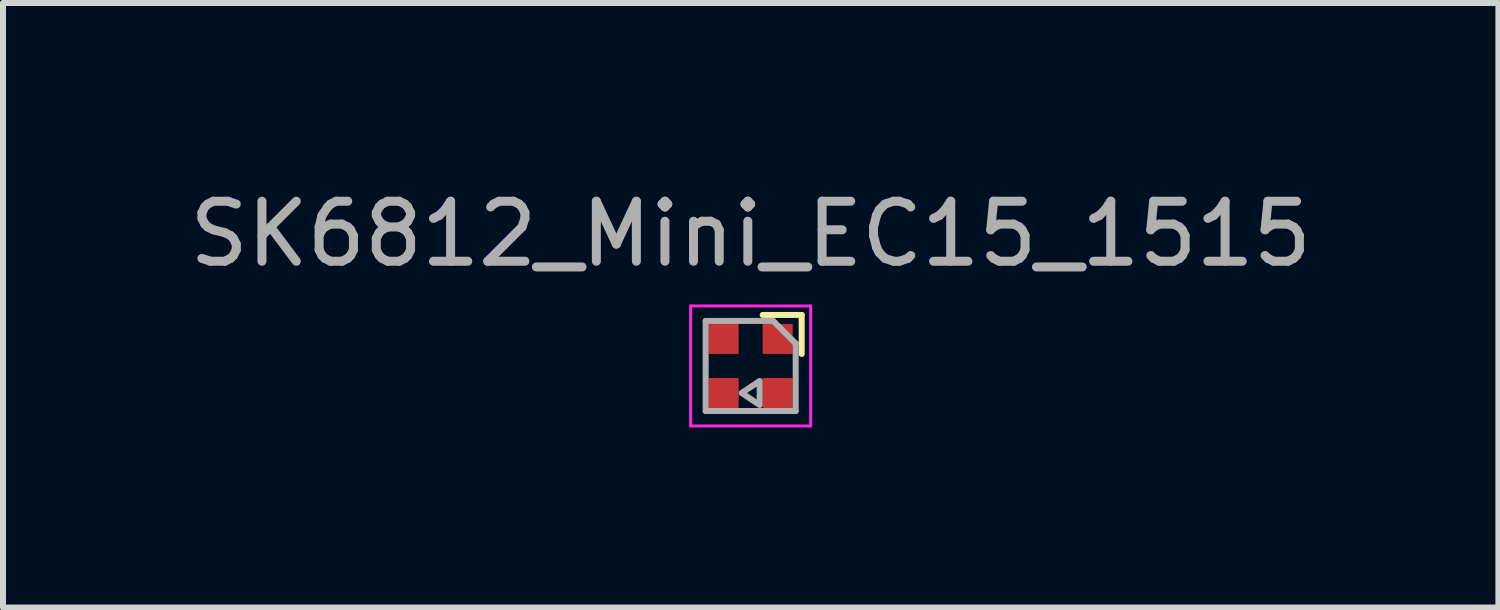
<source format=kicad_pcb>
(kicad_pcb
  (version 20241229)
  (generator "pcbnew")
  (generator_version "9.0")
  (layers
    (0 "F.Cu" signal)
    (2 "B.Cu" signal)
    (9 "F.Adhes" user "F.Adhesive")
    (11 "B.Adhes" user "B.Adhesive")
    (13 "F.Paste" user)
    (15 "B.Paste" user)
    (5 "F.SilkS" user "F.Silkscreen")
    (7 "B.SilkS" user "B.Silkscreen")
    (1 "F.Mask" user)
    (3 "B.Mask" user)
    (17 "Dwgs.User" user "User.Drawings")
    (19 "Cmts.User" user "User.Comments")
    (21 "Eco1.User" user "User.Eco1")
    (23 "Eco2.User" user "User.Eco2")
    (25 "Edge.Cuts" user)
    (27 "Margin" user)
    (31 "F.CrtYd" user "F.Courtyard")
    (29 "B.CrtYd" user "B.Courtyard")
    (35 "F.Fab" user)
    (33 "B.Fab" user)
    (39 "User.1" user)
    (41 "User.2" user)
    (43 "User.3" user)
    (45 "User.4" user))
  (footprint "SK6812_Mini_EC15_1515"
    (layer "F.Cu")
    (at 9.458 3.048)
    (property "Reference" "SK6812_Mini_EC15_1515" (at 0 -2.2 0) (layer "F.Fab") (effects (font (size 1 1) (thickness 0.15))))
    (attr smd)
    (fp_line (start 0.85 -0.85) (end 0.2 -0.85) (stroke (width 0.1) (type solid)) (layer "F.SilkS"))
    (fp_line (start 0.85 -0.2) (end 0.85 -0.85) (stroke (width 0.1) (type solid)) (layer "F.SilkS"))
    (fp_line (start -1 -1) (end 1 -1) (stroke (width 0.05) (type solid)) (layer "F.CrtYd"))
    (fp_line (start -1 1) (end -1 -1) (stroke (width 0.05) (type solid)) (layer "F.CrtYd"))
    (fp_line (start 1 -1) (end 1 1) (stroke (width 0.05) (type solid)) (layer "F.CrtYd"))
    (fp_line (start 1 1) (end -1 1) (stroke (width 0.05) (type solid)) (layer "F.CrtYd"))
    (fp_line (start -0.75 -0.75) (end 0.375 -0.75) (stroke (width 0.1) (type solid)) (layer "F.Fab"))
    (fp_line (start -0.75 0.75) (end -0.75 -0.75) (stroke (width 0.1) (type solid)) (layer "F.Fab"))
    (fp_line (start 0.375 -0.75) (end 0.75 -0.375) (stroke (width 0.1) (type solid)) (layer "F.Fab"))
    (fp_line (start 0.75 -0.375) (end 0.75 0.75) (stroke (width 0.1) (type solid)) (layer "F.Fab"))
    (fp_line (start 0.75 0.75) (end -0.75 0.75) (stroke (width 0.1) (type solid)) (layer "F.Fab"))
    (fp_poly (pts (xy 0.15 0.25) (xy -0.15 0.45) (xy 0.15 0.65)) (stroke (width 0.1) (type solid)) (fill no) (layer "F.Fab"))
    (pad "1" smd rect (at -0.45 -0.45) (size 0.5 0.5) (layers "F.Cu" "F.Mask" "F.Paste"))
    (pad "2" smd rect (at -0.45 0.45) (size 0.5 0.5) (layers "F.Cu" "F.Mask" "F.Paste"))
    (pad "3" smd rect (at 0.45 0.45) (size 0.5 0.5) (layers "F.Cu" "F.Mask" "F.Paste"))
    (pad "4" smd rect (at 0.45 -0.45) (size 0.5 0.5) (layers "F.Cu" "F.Mask" "F.Paste")))
  (gr_rect
    (start -3 -3)
    (end 21.917 7.073)
    (stroke (width 0.1) (type default))
    (fill no)
    (layer "Edge.Cuts")))
</source>
